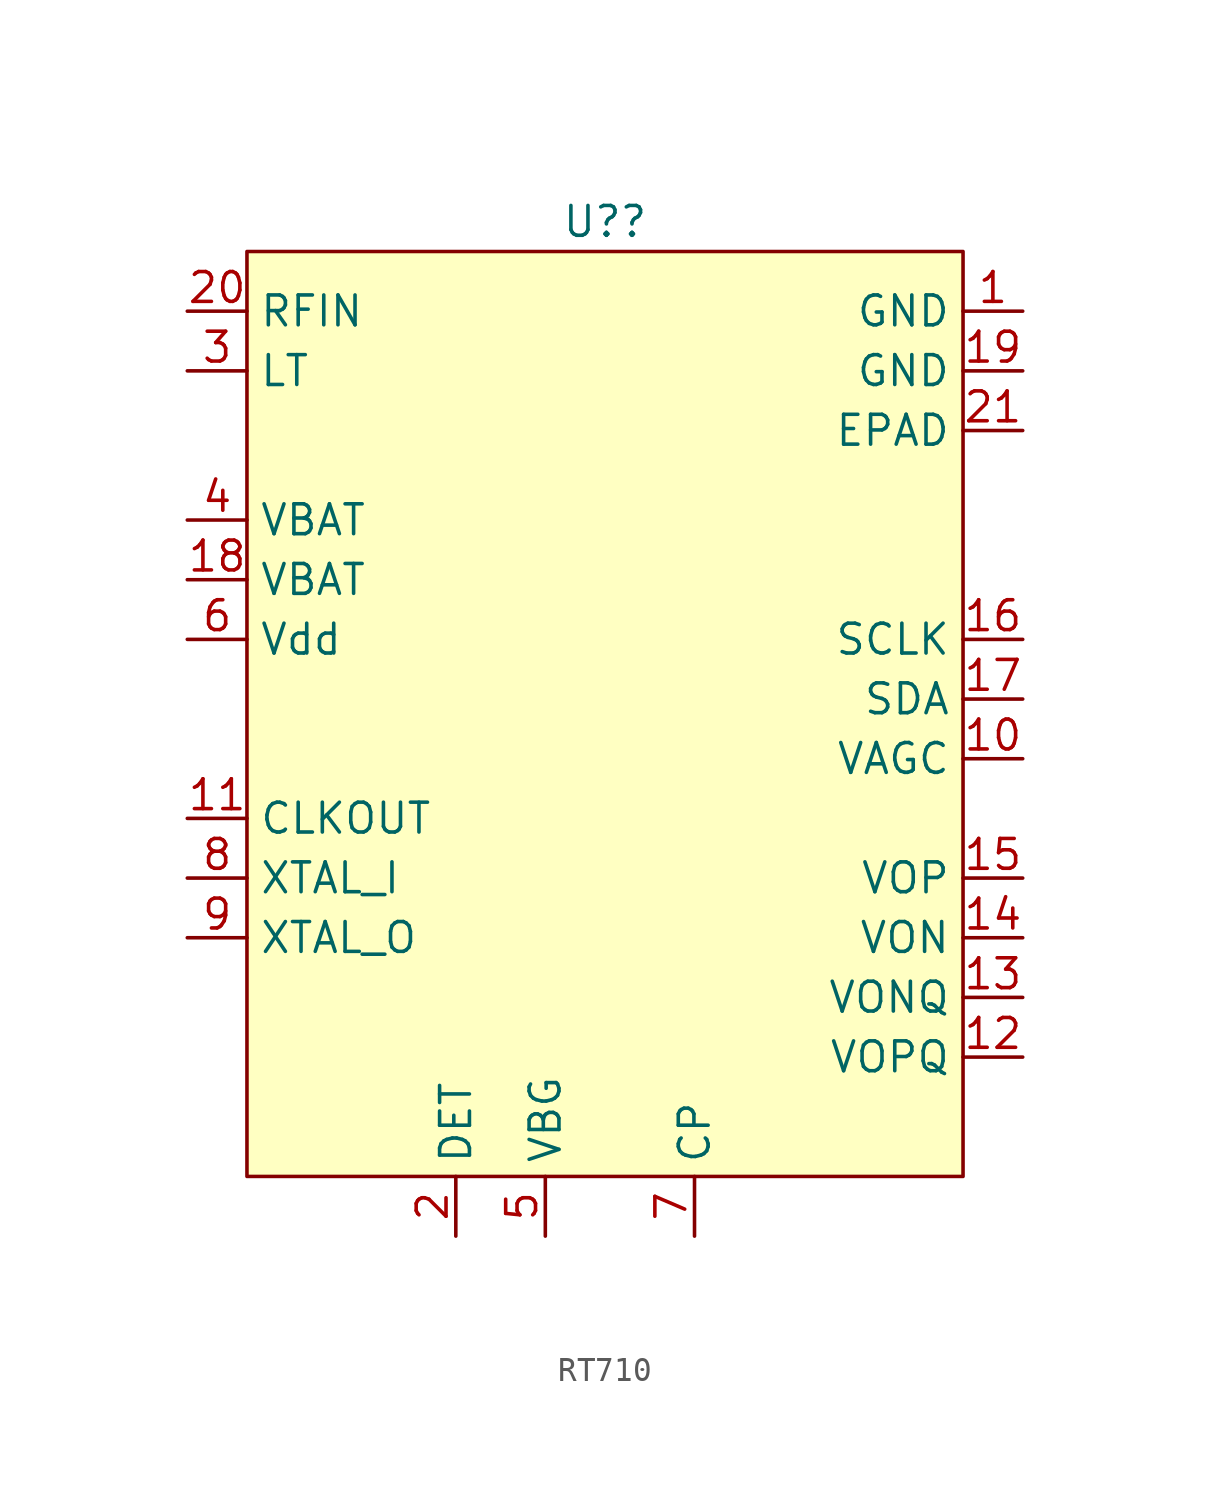
<source format=kicad_sym>
(kicad_symbol_lib
  (version 20220914)
  (generator kicad_symbol_editor)
  (symbol "RT710"
    (property "Reference" "U?"
      (at 0 21.59 0)
      (effects (font (size 1.27 1.27))))
    (property "Value" ""
      (at 0 -3.81 0)
      (effects (font (size 1.27 1.27))))
    (symbol "RT710_1_1"
      (rectangle (start -15.24 20.32) (end 15.24 -19.05) (stroke (width 0) (type default)) (fill (type background)))
      (pin power_in line (at 17.78 17.78 180) (length 2.54) (name "GND" (effects (font (size 1.27 1.27)))) (number "1" (effects (font (size 1.27 1.27)))))
      (pin input line (at 17.78 -1.27 180) (length 2.54) (name "VAGC" (effects (font (size 1.27 1.27)))) (number "10" (effects (font (size 1.27 1.27)))))
      (pin output line (at -17.78 -3.81 0) (length 2.54) (name "CLKOUT" (effects (font (size 1.27 1.27)))) (number "11" (effects (font (size 1.27 1.27)))))
      (pin output line (at 17.78 -13.97 180) (length 2.54) (name "VOPQ" (effects (font (size 1.27 1.27)))) (number "12" (effects (font (size 1.27 1.27)))))
      (pin output line (at 17.78 -11.43 180) (length 2.54) (name "VONQ" (effects (font (size 1.27 1.27)))) (number "13" (effects (font (size 1.27 1.27)))))
      (pin output line (at 17.78 -8.89 180) (length 2.54) (name "VON" (effects (font (size 1.27 1.27)))) (number "14" (effects (font (size 1.27 1.27)))))
      (pin output line (at 17.78 -6.35 180) (length 2.54) (name "VOP" (effects (font (size 1.27 1.27)))) (number "15" (effects (font (size 1.27 1.27)))))
      (pin input line (at 17.78 3.81 180) (length 2.54) (name "SCLK" (effects (font (size 1.27 1.27)))) (number "16" (effects (font (size 1.27 1.27)))))
      (pin bidirectional line (at 17.78 1.27 180) (length 2.54) (name "SDA" (effects (font (size 1.27 1.27)))) (number "17" (effects (font (size 1.27 1.27)))))
      (pin power_in line (at -17.78 6.35 0) (length 2.54) (name "VBAT" (effects (font (size 1.27 1.27)))) (number "18" (effects (font (size 1.27 1.27)))))
      (pin power_in line (at 17.78 15.24 180) (length 2.54) (name "GND" (effects (font (size 1.27 1.27)))) (number "19" (effects (font (size 1.27 1.27)))))
      (pin output line (at -6.35 -21.59 90) (length 2.54) (name "DET" (effects (font (size 1.27 1.27)))) (number "2" (effects (font (size 1.27 1.27)))))
      (pin input line (at -17.78 17.78 0) (length 2.54) (name "RFIN" (effects (font (size 1.27 1.27)))) (number "20" (effects (font (size 1.27 1.27)))))
      (pin power_in line (at 17.78 12.7 180) (length 2.54) (name "EPAD" (effects (font (size 1.27 1.27)))) (number "21" (effects (font (size 1.27 1.27)))))
      (pin output line (at -17.78 15.24 0) (length 2.54) (name "LT" (effects (font (size 1.27 1.27)))) (number "3" (effects (font (size 1.27 1.27)))))
      (pin power_in line (at -17.78 8.89 0) (length 2.54) (name "VBAT" (effects (font (size 1.27 1.27)))) (number "4" (effects (font (size 1.27 1.27)))))
      (pin output line (at -2.54 -21.59 90) (length 2.54) (name "VBG" (effects (font (size 1.27 1.27)))) (number "5" (effects (font (size 1.27 1.27)))))
      (pin power_in line (at -17.78 3.81 0) (length 2.54) (name "Vdd" (effects (font (size 1.27 1.27)))) (number "6" (effects (font (size 1.27 1.27)))))
      (pin output line (at 3.81 -21.59 90) (length 2.54) (name "CP" (effects (font (size 1.27 1.27)))) (number "7" (effects (font (size 1.27 1.27)))))
      (pin bidirectional line (at -17.78 -6.35 0) (length 2.54) (name "XTAL_I" (effects (font (size 1.27 1.27)))) (number "8" (effects (font (size 1.27 1.27)))))
      (pin bidirectional line (at -17.78 -8.89 0) (length 2.54) (name "XTAL_O" (effects (font (size 1.27 1.27)))) (number "9" (effects (font (size 1.27 1.27))))))))
</source>
